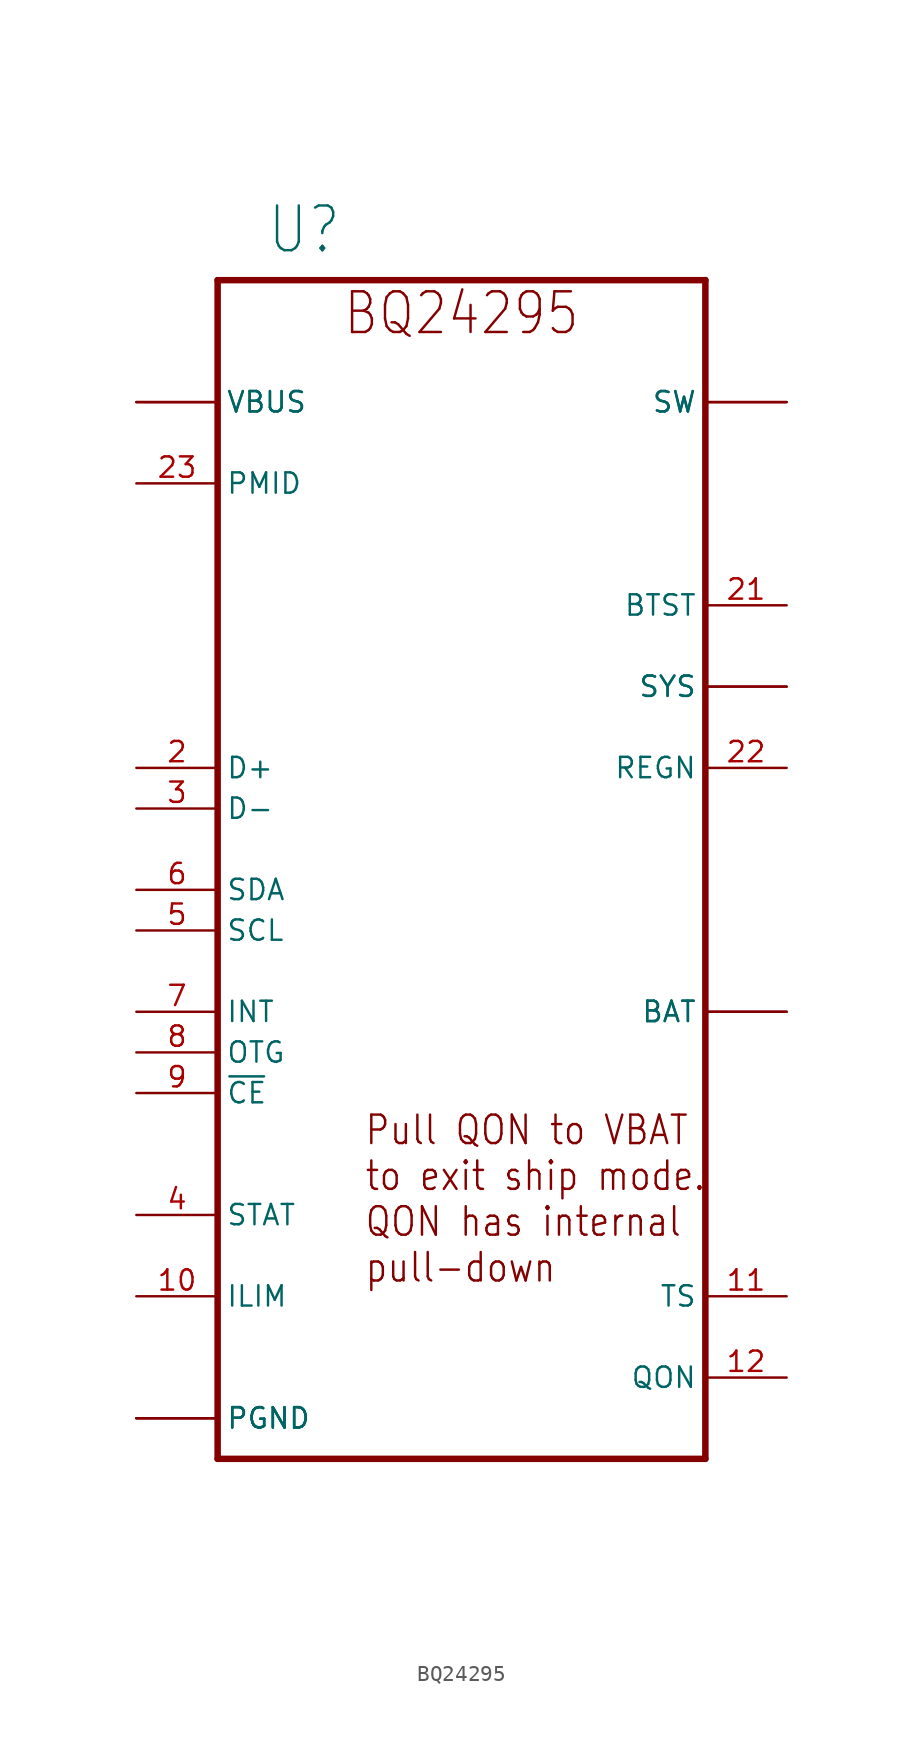
<source format=kicad_sym>
(kicad_symbol_lib
  (version 20220914)
  (generator kicad_symbol_editor)
  (symbol "BQ24295"
    (property "Reference" "U"
      (at -12.192 42.164 0)
      (effects (font (size 2.794 2.375)) (justify left bottom)))
    (property "Value" ""
      (at -12.751 -37.033 0)
      (effects (font (size 2.54 2.159)) (justify left bottom)))
    (property "ki_locked" ""
      (at 0 0 0)
      (effects (font (size 1.27 1.27))))
    (symbol "BQ24295_1_0"
      (polyline (pts (xy -15.24 -33.02) (xy 15.24 -33.02)) (stroke (width 0.406) (type solid)) (fill (type none)))
      (polyline (pts (xy -15.24 40.64) (xy -15.24 -33.02)) (stroke (width 0.406) (type solid)) (fill (type none)))
      (polyline (pts (xy 15.24 -33.02) (xy 15.24 40.64)) (stroke (width 0.406) (type solid)) (fill (type none)))
      (polyline (pts (xy 15.24 40.64) (xy -15.24 40.64)) (stroke (width 0.406) (type solid)) (fill (type none)))
      (text "BQ24295" (at 0 37.084 0) (effects (font (size 2.54 2.159)) (justify bottom)))
      (text "Pull QON to VBAT\nto exit ship mode.\nQON has internal\npull-down" (at -6.096 -22.098 0) (effects (font (size 1.778 1.511)) (justify left bottom)))
      (pin bidirectional line (at -20.32 33.02 0) (length 5.08) (name "VBUS" (effects (font (size 1.27 1.27)))) (number "1" (effects (font (size 0 0)))))
      (pin bidirectional line (at -20.32 -22.86 0) (length 5.08) (name "ILIM" (effects (font (size 1.27 1.27)))) (number "10" (effects (font (size 1.27 1.27)))))
      (pin bidirectional line (at 20.32 -22.86 180) (length 5.08) (name "TS" (effects (font (size 1.27 1.27)))) (number "11" (effects (font (size 1.27 1.27)))))
      (pin bidirectional line (at 20.32 -27.94 180) (length 5.08) (name "QON" (effects (font (size 1.27 1.27)))) (number "12" (effects (font (size 1.27 1.27)))))
      (pin bidirectional line (at 20.32 -5.08 180) (length 5.08) (name "BAT" (effects (font (size 1.27 1.27)))) (number "13" (effects (font (size 0 0)))))
      (pin bidirectional line (at 20.32 -5.08 180) (length 5.08) (name "BAT" (effects (font (size 1.27 1.27)))) (number "14" (effects (font (size 0 0)))))
      (pin bidirectional line (at 20.32 15.24 180) (length 5.08) (name "SYS" (effects (font (size 1.27 1.27)))) (number "15" (effects (font (size 0 0)))))
      (pin bidirectional line (at 20.32 15.24 180) (length 5.08) (name "SYS" (effects (font (size 1.27 1.27)))) (number "16" (effects (font (size 0 0)))))
      (pin bidirectional line (at -20.32 -30.48 0) (length 5.08) (name "PGND" (effects (font (size 1.27 1.27)))) (number "17" (effects (font (size 0 0)))))
      (pin bidirectional line (at -20.32 -30.48 0) (length 5.08) (name "PGND" (effects (font (size 1.27 1.27)))) (number "18" (effects (font (size 0 0)))))
      (pin bidirectional line (at 20.32 33.02 180) (length 5.08) (name "SW" (effects (font (size 1.27 1.27)))) (number "19" (effects (font (size 0 0)))))
      (pin bidirectional line (at -20.32 10.16 0) (length 5.08) (name "D+" (effects (font (size 1.27 1.27)))) (number "2" (effects (font (size 1.27 1.27)))))
      (pin bidirectional line (at 20.32 33.02 180) (length 5.08) (name "SW" (effects (font (size 1.27 1.27)))) (number "20" (effects (font (size 0 0)))))
      (pin bidirectional line (at 20.32 20.32 180) (length 5.08) (name "BTST" (effects (font (size 1.27 1.27)))) (number "21" (effects (font (size 1.27 1.27)))))
      (pin bidirectional line (at 20.32 10.16 180) (length 5.08) (name "REGN" (effects (font (size 1.27 1.27)))) (number "22" (effects (font (size 1.27 1.27)))))
      (pin bidirectional line (at -20.32 27.94 0) (length 5.08) (name "PMID" (effects (font (size 1.27 1.27)))) (number "23" (effects (font (size 1.27 1.27)))))
      (pin bidirectional line (at -20.32 33.02 0) (length 5.08) (name "VBUS" (effects (font (size 1.27 1.27)))) (number "24" (effects (font (size 0 0)))))
      (pin bidirectional line (at -20.32 -30.48 0) (length 5.08) (name "PGND" (effects (font (size 1.27 1.27)))) (number "25" (effects (font (size 0 0)))))
      (pin bidirectional line (at -20.32 7.62 0) (length 5.08) (name "D-" (effects (font (size 1.27 1.27)))) (number "3" (effects (font (size 1.27 1.27)))))
      (pin bidirectional line (at -20.32 -17.78 0) (length 5.08) (name "STAT" (effects (font (size 1.27 1.27)))) (number "4" (effects (font (size 1.27 1.27)))))
      (pin bidirectional line (at -20.32 0 0) (length 5.08) (name "SCL" (effects (font (size 1.27 1.27)))) (number "5" (effects (font (size 1.27 1.27)))))
      (pin bidirectional line (at -20.32 2.54 0) (length 5.08) (name "SDA" (effects (font (size 1.27 1.27)))) (number "6" (effects (font (size 1.27 1.27)))))
      (pin bidirectional line (at -20.32 -5.08 0) (length 5.08) (name "INT" (effects (font (size 1.27 1.27)))) (number "7" (effects (font (size 1.27 1.27)))))
      (pin bidirectional line (at -20.32 -7.62 0) (length 5.08) (name "OTG" (effects (font (size 1.27 1.27)))) (number "8" (effects (font (size 1.27 1.27)))))
      (pin bidirectional line (at -20.32 -10.16 0) (length 5.08) (name "~{CE}" (effects (font (size 1.27 1.27)))) (number "9" (effects (font (size 1.27 1.27))))))))
</source>
